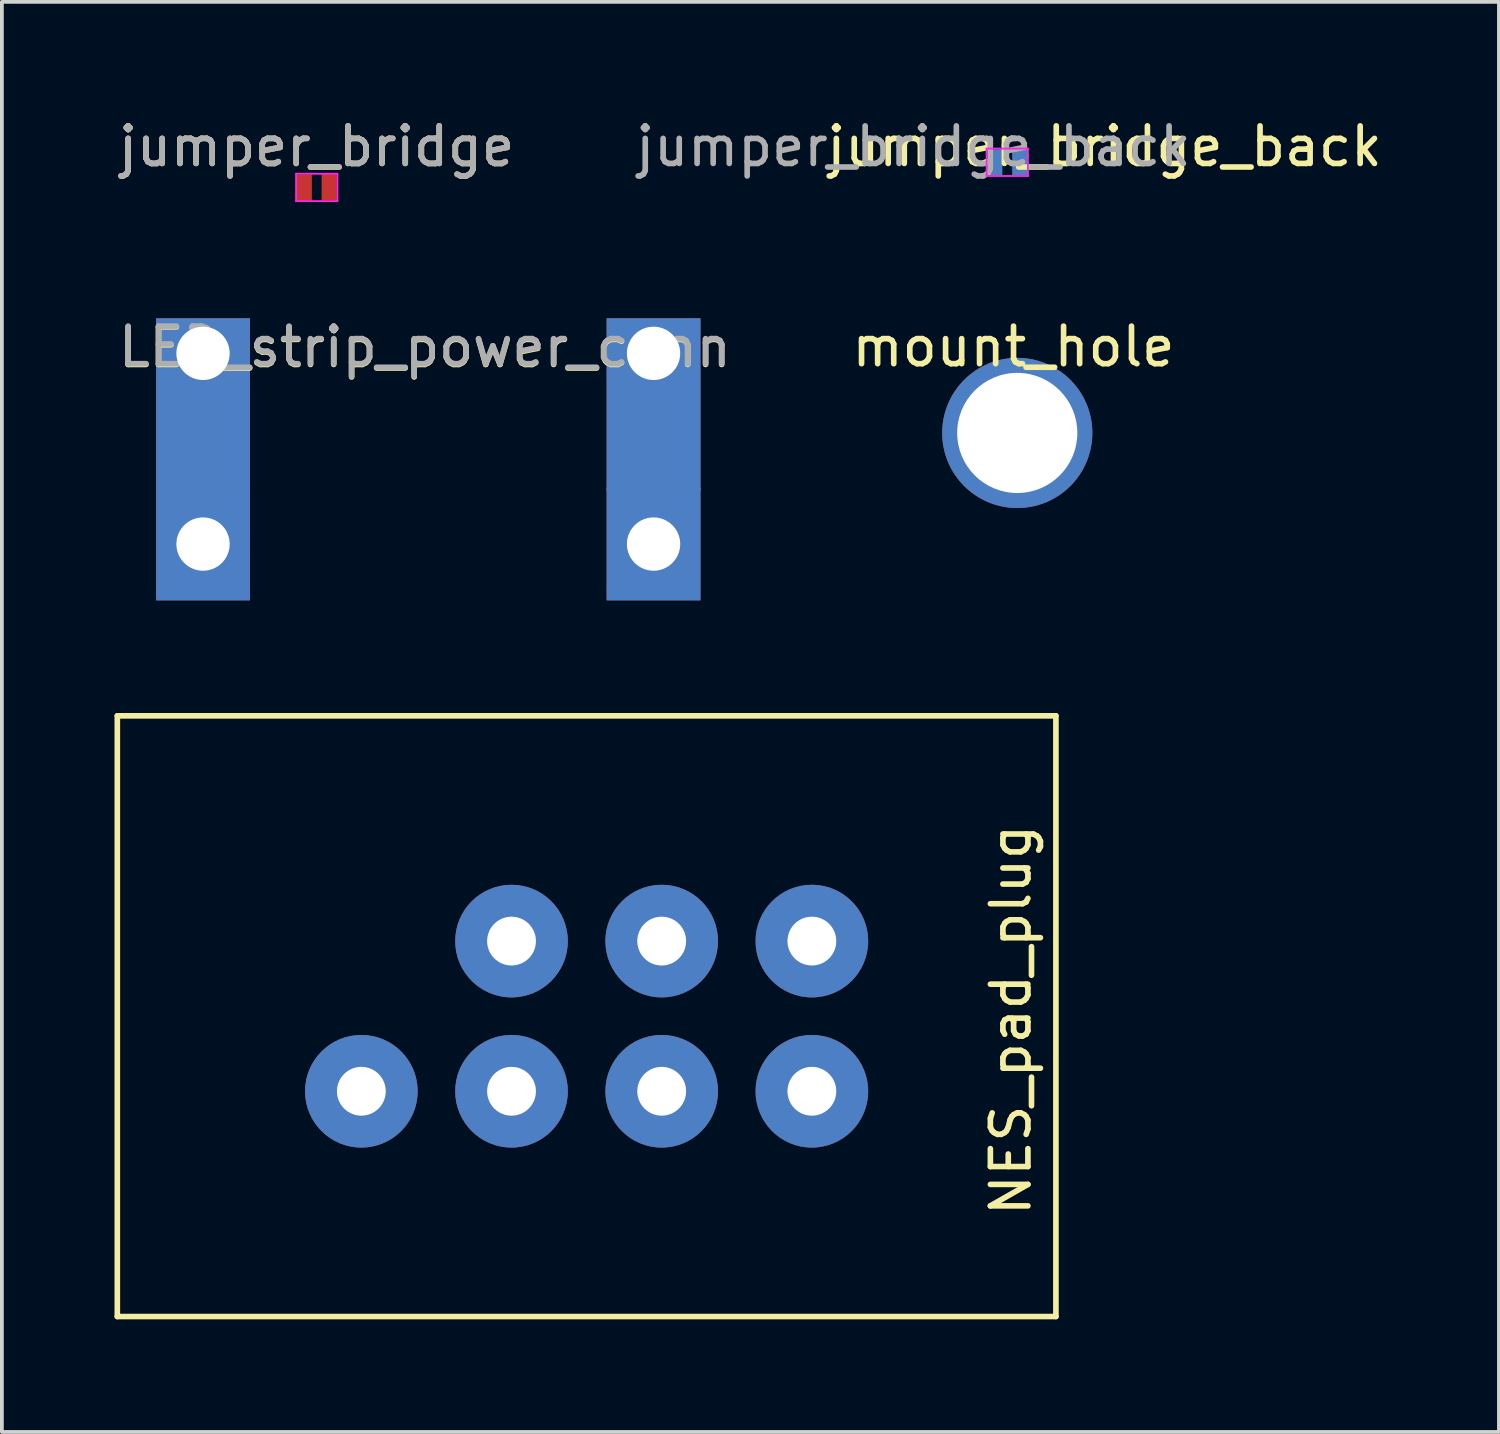
<source format=kicad_pcb>
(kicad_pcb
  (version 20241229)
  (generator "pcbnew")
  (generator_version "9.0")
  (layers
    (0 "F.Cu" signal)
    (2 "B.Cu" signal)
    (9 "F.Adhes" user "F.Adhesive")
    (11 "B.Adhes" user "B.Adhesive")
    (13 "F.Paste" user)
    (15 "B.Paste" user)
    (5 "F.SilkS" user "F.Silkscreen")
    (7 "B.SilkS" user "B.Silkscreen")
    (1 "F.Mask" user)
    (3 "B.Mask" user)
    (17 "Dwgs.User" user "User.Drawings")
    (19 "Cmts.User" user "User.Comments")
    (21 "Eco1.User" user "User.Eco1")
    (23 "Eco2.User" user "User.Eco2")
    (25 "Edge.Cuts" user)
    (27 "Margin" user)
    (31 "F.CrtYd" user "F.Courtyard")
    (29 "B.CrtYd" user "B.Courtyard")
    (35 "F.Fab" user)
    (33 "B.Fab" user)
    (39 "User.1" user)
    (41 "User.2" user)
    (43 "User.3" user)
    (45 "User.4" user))
  (footprint "jumper_bridge_back"
    (layer "F.Cu")
    (at 23.78 1.278)
    (property "Reference" "jumper_bridge_back" (at 2.59 -0.43 180) (layer "F.SilkS") (effects (font (size 1 1) (thickness 0.15))))
    (attr smd)
    (fp_line (start -0.55 -0.37) (end -0.55 0.36) (stroke (width 0.05) (type solid)) (layer "F.CrtYd"))
    (fp_line (start -0.55 -0.37) (end 0.55 -0.37) (stroke (width 0.05) (type solid)) (layer "F.CrtYd"))
    (fp_line (start 0.55 0.36) (end -0.55 0.36) (stroke (width 0.05) (type solid)) (layer "F.CrtYd"))
    (fp_line (start 0.55 0.36) (end 0.55 -0.37) (stroke (width 0.05) (type solid)) (layer "F.CrtYd"))
    (fp_text user "${REFERENCE}" (at -2.5 -0.43 180) (layer "F.Fab") (effects (font (size 1 1) (thickness 0.15))))
    (pad "1" connect rect (at -0.33 0) (size 0.4 0.7) (layers "B.Cu" "B.Mask"))
    (pad "2" connect rect (at 0.33 -0.01) (size 0.4 0.7) (layers "B.Cu" "B.Mask")))
  (footprint "mount_hole"
    (layer "F.Cu")
    (at 24.046 8.482)
    (property "Reference" "mount_hole" (at -0.1 -2.3 0) (layer "F.SilkS") (effects (font (size 1 1) (thickness 0.15))))
    (attr through_hole)
    (pad "1" thru_hole circle (at 0 0) (size 4 4) (drill 3.2) (layers "*.Cu" "*.Mask")))
  (footprint "NES_pad_plug"
    (layer "F.Cu")
    (at 12.575 24.017)
    (property "Reference" "NES_pad_plug" (at 11.3 0.1 270) (layer "F.SilkS") (effects (font (size 1 1) (thickness 0.15))))
    (attr through_hole)
    (fp_line (start -12.5 -8) (end 12.5 -8) (stroke (width 0.15) (type solid)) (layer "F.SilkS"))
    (fp_line (start -12.5 8) (end -12.5 -8) (stroke (width 0.15) (type solid)) (layer "F.SilkS"))
    (fp_line (start 12.5 -8) (end 12.5 8) (stroke (width 0.15) (type solid)) (layer "F.SilkS"))
    (fp_line (start 12.5 8) (end -12.5 8) (stroke (width 0.15) (type solid)) (layer "F.SilkS"))
    (pad "1" thru_hole circle (at -6 2 180) (size 3 3) (drill 1.3) (layers "*.Cu" "*.Mask"))
    (pad "2" thru_hole circle (at -2 2 180) (size 3 3) (drill 1.3) (layers "*.Cu" "*.Mask"))
    (pad "3" thru_hole circle (at 2 2 180) (size 3 3) (drill 1.3) (layers "*.Cu" "*.Mask"))
    (pad "4" thru_hole circle (at 6 2 180) (size 3 3) (drill 1.3) (layers "*.Cu" "*.Mask"))
    (pad "5" thru_hole circle (at -2 -2 180) (size 3 3) (drill 1.3) (layers "*.Cu" "*.Mask"))
    (pad "6" thru_hole circle (at 2 -2 180) (size 3 3) (drill 1.3) (layers "*.Cu" "*.Mask"))
    (pad "7" thru_hole circle (at 6 -2 180) (size 3 3) (drill 1.3) (layers "*.Cu" "*.Mask")))
  (footprint "LED_strip_power_conn"
    (layer "F.Cu")
    (at 8.358 8.902)
    (property "Reference" "LED_strip_power_conn" (at -0.09 -2.7 0) (layer "F.SilkS") (effects (font (size 1 1) (thickness 0.15))))
    (attr through_hole)
    (fp_text user "${REFERENCE}" (at -0.09 -2.72 180) (layer "F.Fab") (effects (font (size 1 1) (thickness 0.15))))
    (pad "1" thru_hole rect (at -6 -2.54) (size 2.5 4.6) (drill 1.42 (offset 0 1.365)) (layers "*.Cu" "*.Mask"))
    (pad "1" thru_hole rect (at -6 2.54) (size 2.5 3) (drill 1.42) (layers "*.Cu" "*.Mask"))
    (pad "2" thru_hole rect (at 6 -2.54) (size 2.5 4.6) (drill 1.42 (offset 0 1.365)) (layers "*.Cu" "*.Mask"))
    (pad "2" thru_hole rect (at 6 2.54) (size 2.5 3) (drill 1.42) (layers "*.Cu" "*.Mask")))
  (footprint "jumper_bridge"
    (layer "F.Cu")
    (at 5.387 1.948)
    (property "Reference" "jumper_bridge" (at 0 -1.1 0) (layer "F.SilkS") (effects (font (size 1 1) (thickness 0.15))))
    (attr smd)
    (fp_line (start -0.55 -0.37) (end -0.55 0.36) (stroke (width 0.05) (type solid)) (layer "F.CrtYd"))
    (fp_line (start -0.55 -0.37) (end 0.55 -0.37) (stroke (width 0.05) (type solid)) (layer "F.CrtYd"))
    (fp_line (start 0.55 0.36) (end -0.55 0.36) (stroke (width 0.05) (type solid)) (layer "F.CrtYd"))
    (fp_line (start 0.55 0.36) (end 0.55 -0.37) (stroke (width 0.05) (type solid)) (layer "F.CrtYd"))
    (fp_text user "${REFERENCE}" (at 0 -1.1 0) (layer "F.Fab") (effects (font (size 1 1) (thickness 0.15))))
    (pad "1" smd rect (at -0.33 0) (size 0.4 0.7) (layers "F.Cu" "F.Mask" "F.Paste"))
    (pad "2" smd rect (at 0.33 -0.01) (size 0.4 0.7) (layers "F.Cu" "F.Mask" "F.Paste")))
  (gr_rect
    (start -3 -3)
    (end 36.876 35.092)
    (stroke (width 0.1) (type default))
    (fill no)
    (layer "Edge.Cuts")))
</source>
